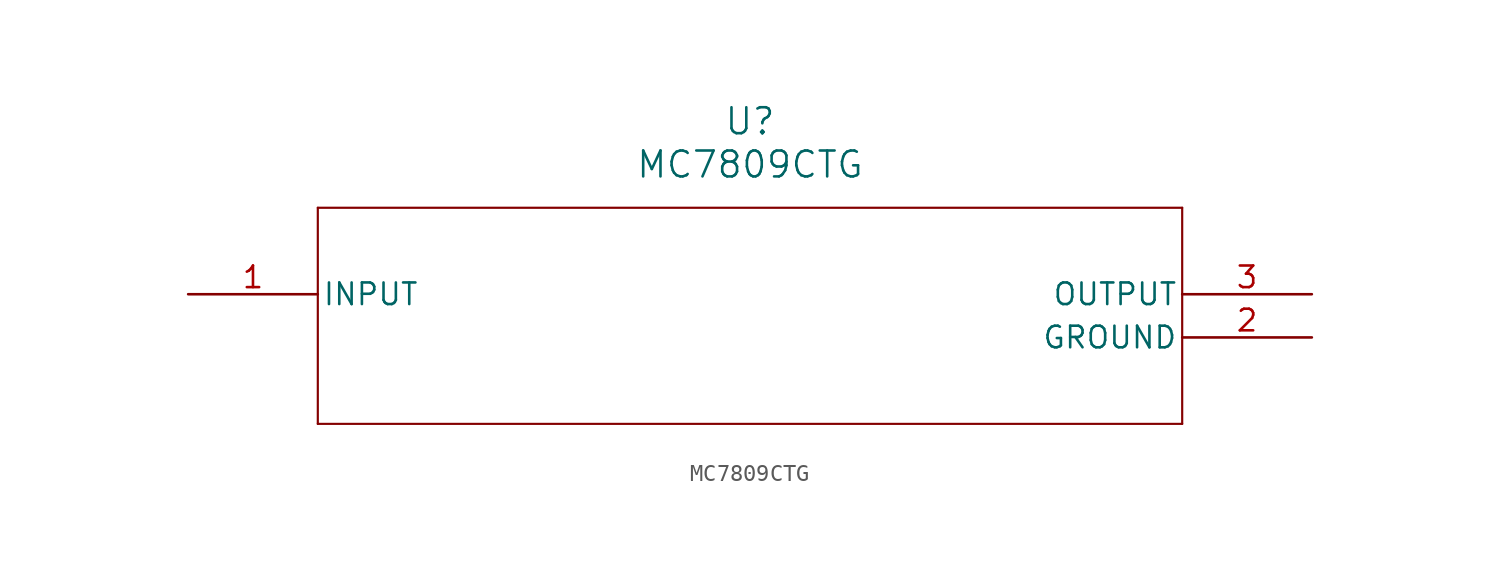
<source format=kicad_sym>
(kicad_symbol_lib
  (version 20211014)
  (generator kicad_symbol_editor)
  (symbol "MC7809CTG"
    (pin_names
      (offset 0.254))
    (property "Reference" "U"
      (at 33.02 10.16 0)
      (effects (font (size 1.524 1.524))))
    (property "Value" "MC7809CTG"
      (at 33.02 7.62 0)
      (effects (font (size 1.524 1.524))))
    (polyline
      (pts (xy 7.62 5.08) (xy 7.62 -7.62))
      (stroke (width 0.127) (type default) (color 0 0 0 0))
      (fill (type none)))
    (polyline
      (pts (xy 7.62 -7.62) (xy 58.42 -7.62))
      (stroke (width 0.127) (type default) (color 0 0 0 0))
      (fill (type none)))
    (polyline
      (pts (xy 58.42 -7.62) (xy 58.42 5.08))
      (stroke (width 0.127) (type default) (color 0 0 0 0))
      (fill (type none)))
    (polyline
      (pts (xy 58.42 5.08) (xy 7.62 5.08))
      (stroke (width 0.127) (type default) (color 0 0 0 0))
      (fill (type none)))
    (pin input line
      (at 0 0 0)
      (length 7.62)
      (name "INPUT" (effects (font (size 1.27 1.27))))
      (number "1" (effects (font (size 1.27 1.27)))))
    (pin power_in line
      (at 66.04 -2.54 180)
      (length 7.62)
      (name "GROUND" (effects (font (size 1.27 1.27))))
      (number "2" (effects (font (size 1.27 1.27)))))
    (pin output line
      (at 66.04 0 180)
      (length 7.62)
      (name "OUTPUT" (effects (font (size 1.27 1.27))))
      (number "3" (effects (font (size 1.27 1.27)))))))
</source>
